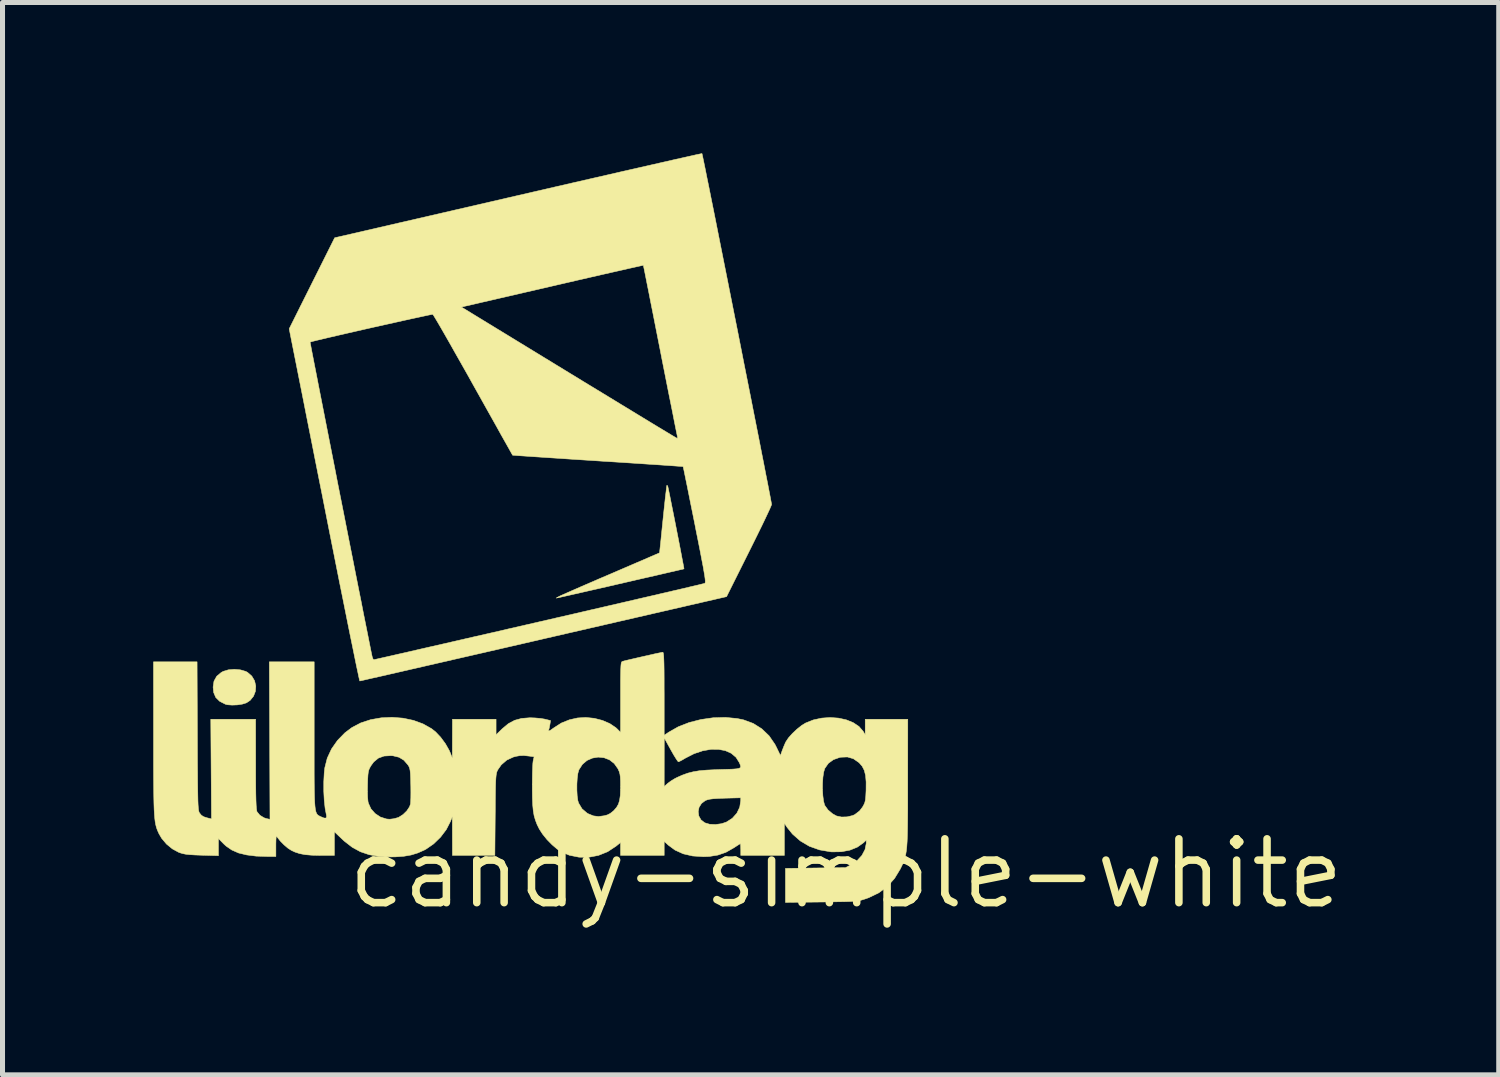
<source format=kicad_pcb>
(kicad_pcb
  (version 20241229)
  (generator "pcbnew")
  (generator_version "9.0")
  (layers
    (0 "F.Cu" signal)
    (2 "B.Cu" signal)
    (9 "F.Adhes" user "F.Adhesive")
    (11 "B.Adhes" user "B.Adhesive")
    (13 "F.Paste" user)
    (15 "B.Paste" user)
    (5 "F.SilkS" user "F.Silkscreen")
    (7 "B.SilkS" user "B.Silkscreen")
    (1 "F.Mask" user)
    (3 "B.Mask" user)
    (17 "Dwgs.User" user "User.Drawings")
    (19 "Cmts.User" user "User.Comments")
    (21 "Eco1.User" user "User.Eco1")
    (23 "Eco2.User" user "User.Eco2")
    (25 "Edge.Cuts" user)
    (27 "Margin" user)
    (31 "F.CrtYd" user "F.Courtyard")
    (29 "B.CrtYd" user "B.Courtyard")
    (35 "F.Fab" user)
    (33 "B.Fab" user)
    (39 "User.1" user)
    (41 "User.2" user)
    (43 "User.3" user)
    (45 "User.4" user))
  (footprint "candy-simple-white"
    (layer "F.Cu")
    (at 13.784 14.33)
    (property "Reference" "candy-simple-white" (at 0 0 0) (layer "F.SilkS") (effects (font (size 1.27 1.27) (thickness 0.15))))
    (attr through_hole)
    (fp_poly (pts (xy -12.05 -4.052) (xy -11.944 -4.021) (xy -11.91 -4.003) (xy -11.824 -3.928) (xy -11.769 -3.835) (xy -11.745 -3.731) (xy -11.752 -3.626) (xy -11.79 -3.528) (xy -11.857 -3.445) (xy -11.931 -3.396) (xy -12.01 -3.371) (xy -12.111 -3.355) (xy -12.216 -3.351) (xy -12.309 -3.358) (xy -12.351 -3.369) (xy -12.464 -3.427) (xy -12.541 -3.503) (xy -12.583 -3.602) (xy -12.594 -3.709) (xy -12.576 -3.828) (xy -12.522 -3.925) (xy -12.431 -4.001) (xy -12.392 -4.022) (xy -12.29 -4.053) (xy -12.171 -4.063) (xy -12.05 -4.052)) (stroke (width 0.01) (type solid)) (fill yes) (layer "F.SilkS"))
    (fp_poly (pts (xy -3.552 -7.715) (xy -3.547 -7.702) (xy -3.541 -7.676) (xy -3.528 -7.615) (xy -3.509 -7.523) (xy -3.486 -7.407) (xy -3.459 -7.272) (xy -3.429 -7.123) (xy -3.398 -6.966) (xy -3.367 -6.807) (xy -3.336 -6.649) (xy -3.307 -6.5) (xy -3.281 -6.364) (xy -3.259 -6.247) (xy -3.241 -6.154) (xy -3.229 -6.091) (xy -3.225 -6.063) (xy -3.225 -6.062) (xy -3.245 -6.056) (xy -3.303 -6.043) (xy -3.393 -6.022) (xy -3.511 -5.995) (xy -3.653 -5.962) (xy -3.815 -5.924) (xy -3.992 -5.884) (xy -4.18 -5.841) (xy -4.374 -5.796) (xy -4.57 -5.751) (xy -4.764 -5.706) (xy -4.952 -5.663) (xy -5.129 -5.623) (xy -5.29 -5.586) (xy -5.432 -5.554) (xy -5.55 -5.527) (xy -5.64 -5.507) (xy -5.696 -5.494) (xy -5.715 -5.49) (xy -5.768 -5.48) (xy -5.715 -5.511) (xy -5.686 -5.525) (xy -5.621 -5.554) (xy -5.526 -5.596) (xy -5.403 -5.65) (xy -5.257 -5.714) (xy -5.093 -5.785) (xy -4.913 -5.863) (xy -4.721 -5.945) (xy -4.688 -5.959) (xy -4.498 -6.041) (xy -4.319 -6.118) (xy -4.157 -6.188) (xy -4.014 -6.249) (xy -3.895 -6.301) (xy -3.802 -6.341) (xy -3.741 -6.367) (xy -3.713 -6.379) (xy -3.712 -6.38) (xy -3.709 -6.4) (xy -3.703 -6.458) (xy -3.693 -6.548) (xy -3.681 -6.665) (xy -3.667 -6.804) (xy -3.651 -6.96) (xy -3.642 -7.048) (xy -3.625 -7.212) (xy -3.609 -7.361) (xy -3.595 -7.491) (xy -3.582 -7.597) (xy -3.573 -7.674) (xy -3.567 -7.717) (xy -3.565 -7.724) (xy -3.552 -7.715)) (stroke (width 0.01) (type solid)) (fill yes) (layer "F.SilkS"))
    (fp_poly (pts (xy -2.862 -14.304) (xy -2.849 -14.243) (xy -2.829 -14.147) (xy -2.802 -14.016) (xy -2.77 -13.855) (xy -2.731 -13.665) (xy -2.688 -13.449) (xy -2.64 -13.211) (xy -2.588 -12.951) (xy -2.533 -12.674) (xy -2.475 -12.382) (xy -2.414 -12.076) (xy -2.351 -11.761) (xy -2.287 -11.438) (xy -2.222 -11.111) (xy -2.156 -10.781) (xy -2.091 -10.451) (xy -2.027 -10.125) (xy -1.963 -9.804) (xy -1.901 -9.492) (xy -1.842 -9.191) (xy -1.785 -8.903) (xy -1.731 -8.631) (xy -1.682 -8.378) (xy -1.636 -8.146) (xy -1.596 -7.939) (xy -1.56 -7.758) (xy -1.531 -7.606) (xy -1.508 -7.487) (xy -1.492 -7.401) (xy -1.483 -7.353) (xy -1.482 -7.343) (xy -1.491 -7.317) (xy -1.517 -7.256) (xy -1.559 -7.166) (xy -1.614 -7.049) (xy -1.681 -6.91) (xy -1.758 -6.753) (xy -1.843 -6.581) (xy -1.93 -6.406) (xy -2.378 -5.509) (xy -6.02 -4.67) (xy -6.405 -4.581) (xy -6.778 -4.495) (xy -7.139 -4.412) (xy -7.483 -4.333) (xy -7.811 -4.258) (xy -8.119 -4.187) (xy -8.406 -4.121) (xy -8.668 -4.061) (xy -8.906 -4.006) (xy -9.115 -3.958) (xy -9.294 -3.917) (xy -9.442 -3.884) (xy -9.555 -3.858) (xy -9.632 -3.84) (xy -9.671 -3.832) (xy -9.676 -3.831) (xy -9.681 -3.851) (xy -9.695 -3.911) (xy -9.715 -4.007) (xy -9.743 -4.137) (xy -9.776 -4.299) (xy -9.815 -4.491) (xy -9.86 -4.709) (xy -9.909 -4.951) (xy -9.962 -5.216) (xy -10.019 -5.5) (xy -10.08 -5.801) (xy -10.143 -6.117) (xy -10.208 -6.445) (xy -10.222 -6.514) (xy -10.291 -6.862) (xy -10.36 -7.211) (xy -10.428 -7.556) (xy -10.496 -7.895) (xy -10.561 -8.222) (xy -10.623 -8.536) (xy -10.682 -8.832) (xy -10.737 -9.108) (xy -10.786 -9.358) (xy -10.83 -9.58) (xy -10.868 -9.771) (xy -10.899 -9.926) (xy -10.917 -10.017) (xy -11.028 -10.574) (xy -10.664 -10.574) (xy -10.66 -10.553) (xy -10.649 -10.493) (xy -10.631 -10.397) (xy -10.606 -10.269) (xy -10.575 -10.109) (xy -10.538 -9.922) (xy -10.497 -9.71) (xy -10.451 -9.476) (xy -10.401 -9.222) (xy -10.348 -8.952) (xy -10.292 -8.668) (xy -10.234 -8.372) (xy -10.174 -8.069) (xy -10.114 -7.759) (xy -10.052 -7.447) (xy -9.99 -7.135) (xy -9.929 -6.825) (xy -9.869 -6.521) (xy -9.81 -6.225) (xy -9.754 -5.94) (xy -9.7 -5.668) (xy -9.649 -5.414) (xy -9.603 -5.178) (xy -9.56 -4.964) (xy -9.522 -4.775) (xy -9.49 -4.614) (xy -9.464 -4.483) (xy -9.444 -4.385) (xy -9.431 -4.323) (xy -9.426 -4.302) (xy -9.41 -4.265) (xy -9.395 -4.255) (xy -9.372 -4.259) (xy -9.311 -4.273) (xy -9.213 -4.295) (xy -9.08 -4.325) (xy -8.914 -4.363) (xy -8.719 -4.407) (xy -8.495 -4.459) (xy -8.246 -4.516) (xy -7.973 -4.578) (xy -7.679 -4.646) (xy -7.366 -4.718) (xy -7.035 -4.793) (xy -6.691 -4.873) (xy -6.333 -4.955) (xy -6.111 -5.006) (xy -5.747 -5.09) (xy -5.394 -5.171) (xy -5.054 -5.25) (xy -4.729 -5.325) (xy -4.422 -5.396) (xy -4.135 -5.463) (xy -3.87 -5.524) (xy -3.63 -5.58) (xy -3.416 -5.63) (xy -3.23 -5.673) (xy -3.076 -5.71) (xy -2.955 -5.738) (xy -2.87 -5.759) (xy -2.822 -5.771) (xy -2.812 -5.773) (xy -2.806 -5.78) (xy -2.802 -5.796) (xy -2.801 -5.823) (xy -2.805 -5.865) (xy -2.813 -5.925) (xy -2.827 -6.006) (xy -2.845 -6.112) (xy -2.871 -6.245) (xy -2.902 -6.409) (xy -2.941 -6.607) (xy -2.988 -6.841) (xy -3.007 -6.94) (xy -3.05 -7.154) (xy -3.091 -7.356) (xy -3.128 -7.541) (xy -3.161 -7.706) (xy -3.19 -7.847) (xy -3.213 -7.96) (xy -3.23 -8.041) (xy -3.24 -8.087) (xy -3.243 -8.097) (xy -3.264 -8.099) (xy -3.325 -8.103) (xy -3.422 -8.11) (xy -3.551 -8.119) (xy -3.71 -8.13) (xy -3.895 -8.142) (xy -4.103 -8.156) (xy -4.332 -8.171) (xy -4.577 -8.187) (xy -4.836 -8.203) (xy -4.941 -8.21) (xy -5.204 -8.227) (xy -5.455 -8.243) (xy -5.69 -8.259) (xy -5.906 -8.273) (xy -6.101 -8.286) (xy -6.27 -8.297) (xy -6.411 -8.307) (xy -6.52 -8.314) (xy -6.595 -8.32) (xy -6.632 -8.323) (xy -6.636 -8.324) (xy -6.646 -8.343) (xy -6.676 -8.396) (xy -6.723 -8.48) (xy -6.786 -8.592) (xy -6.864 -8.73) (xy -6.953 -8.891) (xy -7.054 -9.071) (xy -7.165 -9.269) (xy -7.283 -9.48) (xy -7.408 -9.703) (xy -7.419 -9.723) (xy -7.544 -9.947) (xy -7.664 -10.159) (xy -7.777 -10.358) (xy -7.88 -10.541) (xy -7.973 -10.704) (xy -8.054 -10.845) (xy -8.121 -10.96) (xy -8.173 -11.047) (xy -8.207 -11.103) (xy -8.223 -11.126) (xy -8.223 -11.126) (xy -8.246 -11.123) (xy -8.306 -11.111) (xy -8.399 -11.091) (xy -8.519 -11.065) (xy -8.663 -11.034) (xy -8.826 -10.998) (xy -9.004 -10.958) (xy -9.192 -10.916) (xy -9.386 -10.873) (xy -9.58 -10.829) (xy -9.772 -10.785) (xy -9.956 -10.743) (xy -10.129 -10.703) (xy -10.284 -10.667) (xy -10.419 -10.635) (xy -10.529 -10.609) (xy -10.609 -10.589) (xy -10.654 -10.577) (xy -10.664 -10.574) (xy -11.028 -10.574) (xy -11.08 -10.838) (xy -10.864 -11.271) (xy -7.654 -11.271) (xy -5.515 -9.965) (xy -5.24 -9.797) (xy -4.975 -9.636) (xy -4.722 -9.482) (xy -4.484 -9.337) (xy -4.262 -9.202) (xy -4.06 -9.079) (xy -3.879 -8.969) (xy -3.721 -8.873) (xy -3.589 -8.794) (xy -3.485 -8.731) (xy -3.411 -8.687) (xy -3.369 -8.663) (xy -3.361 -8.658) (xy -3.352 -8.673) (xy -3.354 -8.684) (xy -3.359 -8.708) (xy -3.372 -8.771) (xy -3.392 -8.869) (xy -3.418 -8.999) (xy -3.449 -9.158) (xy -3.486 -9.343) (xy -3.528 -9.551) (xy -3.573 -9.778) (xy -3.621 -10.021) (xy -3.672 -10.278) (xy -3.696 -10.403) (xy -3.748 -10.665) (xy -3.797 -10.914) (xy -3.843 -11.148) (xy -3.886 -11.363) (xy -3.924 -11.557) (xy -3.958 -11.726) (xy -3.986 -11.868) (xy -4.008 -11.979) (xy -4.024 -12.056) (xy -4.032 -12.096) (xy -4.033 -12.102) (xy -4.053 -12.098) (xy -4.112 -12.085) (xy -4.206 -12.064) (xy -4.333 -12.036) (xy -4.489 -12) (xy -4.671 -11.959) (xy -4.877 -11.912) (xy -5.104 -11.86) (xy -5.348 -11.804) (xy -5.606 -11.744) (xy -5.845 -11.689) (xy -7.654 -11.271) (xy -10.864 -11.271) (xy -10.628 -11.743) (xy -10.175 -12.649) (xy -6.525 -13.491) (xy -6.14 -13.58) (xy -5.767 -13.666) (xy -5.406 -13.749) (xy -5.061 -13.828) (xy -4.733 -13.903) (xy -4.425 -13.974) (xy -4.138 -14.039) (xy -3.875 -14.099) (xy -3.638 -14.153) (xy -3.429 -14.201) (xy -3.249 -14.241) (xy -3.102 -14.274) (xy -2.988 -14.3) (xy -2.911 -14.316) (xy -2.871 -14.324) (xy -2.867 -14.325) (xy -2.862 -14.304)) (stroke (width 0.01) (type solid)) (fill yes) (layer "F.SilkS"))
    (fp_poly (pts (xy -3.64 -4.396) (xy -3.634 -4.372) (xy -3.629 -4.328) (xy -3.626 -4.261) (xy -3.623 -4.167) (xy -3.621 -4.042) (xy -3.62 -3.884) (xy -3.62 -3.689) (xy -3.619 -3.576) (xy -3.619 -2.75) (xy -3.53 -2.811) (xy -3.34 -2.919) (xy -3.123 -3.004) (xy -2.888 -3.064) (xy -2.644 -3.099) (xy -2.401 -3.106) (xy -2.169 -3.084) (xy -2.039 -3.057) (xy -1.847 -2.986) (xy -1.677 -2.879) (xy -1.532 -2.74) (xy -1.415 -2.57) (xy -1.383 -2.507) (xy -1.306 -2.347) (xy -1.27 -2.449) (xy -1.24 -2.526) (xy -1.208 -2.601) (xy -1.196 -2.624) (xy -1.145 -2.7) (xy -1.068 -2.786) (xy -0.978 -2.871) (xy -0.885 -2.945) (xy -0.806 -2.994) (xy -0.651 -3.056) (xy -0.485 -3.092) (xy -0.317 -3.104) (xy -0.151 -3.092) (xy 0.004 -3.058) (xy 0.142 -3.002) (xy 0.256 -2.926) (xy 0.339 -2.831) (xy 0.34 -2.829) (xy 0.381 -2.762) (xy 0.381 -2.916) (xy 0.381 -3.069) (xy 1.228 -3.069) (xy 1.227 -1.815) (xy 1.227 -1.534) (xy 1.227 -1.293) (xy 1.225 -1.086) (xy 1.223 -0.91) (xy 1.22 -0.763) (xy 1.215 -0.64) (xy 1.208 -0.537) (xy 1.199 -0.452) (xy 1.187 -0.38) (xy 1.173 -0.318) (xy 1.156 -0.262) (xy 1.135 -0.208) (xy 1.11 -0.154) (xy 1.081 -0.095) (xy 1.081 -0.094) (xy 0.965 0.097) (xy 0.823 0.256) (xy 0.653 0.383) (xy 0.453 0.48) (xy 0.392 0.502) (xy 0.345 0.517) (xy 0.302 0.53) (xy 0.259 0.539) (xy 0.21 0.547) (xy 0.149 0.552) (xy 0.071 0.557) (xy -0.028 0.56) (xy -0.155 0.562) (xy -0.314 0.565) (xy -0.492 0.567) (xy -1.206 0.575) (xy -1.206 -0.102) (xy -0.609 -0.11) (xy -0.011 -0.117) (xy 0.097 -0.173) (xy 0.22 -0.257) (xy 0.315 -0.36) (xy 0.377 -0.477) (xy 0.402 -0.601) (xy 0.402 -0.613) (xy 0.402 -0.664) (xy 0.344 -0.61) (xy 0.224 -0.525) (xy 0.076 -0.465) (xy -0.095 -0.433) (xy -0.281 -0.43) (xy -0.306 -0.432) (xy -0.527 -0.47) (xy -0.73 -0.542) (xy -0.911 -0.649) (xy -1.067 -0.786) (xy -1.173 -0.918) (xy -1.228 -1.001) (xy -1.228 -0.36) (xy -2.095 -0.36) (xy -2.095 -0.476) (xy -2.097 -0.54) (xy -2.1 -0.582) (xy -2.104 -0.593) (xy -2.124 -0.582) (xy -2.17 -0.553) (xy -2.231 -0.513) (xy -2.236 -0.51) (xy -2.391 -0.422) (xy -2.55 -0.367) (xy -2.725 -0.339) (xy -2.838 -0.335) (xy -3.053 -0.349) (xy -3.24 -0.392) (xy -3.403 -0.466) (xy -3.536 -0.564) (xy -3.619 -0.64) (xy -3.619 -0.36) (xy -4.487 -0.36) (xy -4.487 -0.617) (xy -4.577 -0.544) (xy -4.744 -0.434) (xy -4.926 -0.361) (xy -5.118 -0.324) (xy -5.313 -0.325) (xy -5.503 -0.363) (xy -5.652 -0.424) (xy -5.747 -0.485) (xy -5.85 -0.573) (xy -5.951 -0.676) (xy -6.039 -0.785) (xy -6.104 -0.886) (xy -6.148 -0.975) (xy -6.181 -1.061) (xy -6.207 -1.15) (xy -6.224 -1.249) (xy -6.235 -1.367) (xy -6.241 -1.51) (xy -6.243 -1.658) (xy -5.356 -1.658) (xy -5.35 -1.545) (xy -5.337 -1.451) (xy -5.322 -1.402) (xy -5.254 -1.288) (xy -5.156 -1.204) (xy -5.133 -1.19) (xy -5.028 -1.147) (xy -4.926 -1.134) (xy -4.813 -1.149) (xy -4.75 -1.166) (xy -4.694 -1.194) (xy -4.646 -1.231) (xy -2.942 -1.231) (xy -2.93 -1.145) (xy -2.887 -1.068) (xy -2.813 -1.01) (xy -2.811 -1.009) (xy -2.714 -0.98) (xy -2.598 -0.975) (xy -2.478 -0.991) (xy -2.38 -1.024) (xy -2.263 -1.099) (xy -2.173 -1.2) (xy -2.116 -1.319) (xy -2.096 -1.447) (xy -2.095 -1.507) (xy -2.408 -1.499) (xy -2.541 -1.494) (xy -2.639 -1.488) (xy -2.711 -1.479) (xy -2.763 -1.466) (xy -2.8 -1.452) (xy -2.877 -1.394) (xy -2.925 -1.317) (xy -2.942 -1.231) (xy -4.646 -1.231) (xy -4.634 -1.24) (xy -4.619 -1.255) (xy -4.566 -1.316) (xy -4.529 -1.381) (xy -4.506 -1.458) (xy -4.492 -1.556) (xy -4.488 -1.669) (xy -0.469 -1.669) (xy -0.462 -1.549) (xy -0.449 -1.445) (xy -0.429 -1.368) (xy -0.424 -1.355) (xy -0.359 -1.265) (xy -0.268 -1.188) (xy -0.19 -1.145) (xy -0.092 -1.124) (xy 0.021 -1.127) (xy 0.129 -1.153) (xy 0.171 -1.171) (xy 0.268 -1.245) (xy 0.327 -1.321) (xy 0.354 -1.369) (xy 0.373 -1.413) (xy 0.385 -1.465) (xy 0.392 -1.536) (xy 0.397 -1.635) (xy 0.398 -1.66) (xy 0.399 -1.823) (xy 0.388 -1.952) (xy 0.362 -2.054) (xy 0.32 -2.135) (xy 0.26 -2.204) (xy 0.255 -2.208) (xy 0.146 -2.284) (xy 0.027 -2.319) (xy -0.105 -2.314) (xy -0.124 -2.311) (xy -0.251 -2.266) (xy -0.352 -2.193) (xy -0.422 -2.093) (xy -0.425 -2.087) (xy -0.446 -2.015) (xy -0.461 -1.913) (xy -0.468 -1.794) (xy -0.469 -1.669) (xy -4.488 -1.669) (xy -4.488 -1.684) (xy -4.487 -1.731) (xy -4.487 -1.731) (xy -3.619 -1.731) (xy -3.548 -1.794) (xy -3.486 -1.84) (xy -3.408 -1.888) (xy -3.361 -1.912) (xy -3.252 -1.96) (xy -3.149 -1.997) (xy -3.042 -2.024) (xy -2.923 -2.044) (xy -2.783 -2.057) (xy -2.614 -2.065) (xy -2.514 -2.069) (xy -2.366 -2.073) (xy -2.256 -2.077) (xy -2.179 -2.083) (xy -2.13 -2.092) (xy -2.104 -2.107) (xy -2.097 -2.129) (xy -2.104 -2.159) (xy -2.121 -2.2) (xy -2.124 -2.207) (xy -2.19 -2.312) (xy -2.284 -2.392) (xy -2.403 -2.445) (xy -2.541 -2.471) (xy -2.694 -2.47) (xy -2.856 -2.441) (xy -3.023 -2.385) (xy -3.19 -2.3) (xy -3.199 -2.295) (xy -3.262 -2.258) (xy -3.312 -2.232) (xy -3.337 -2.223) (xy -3.353 -2.24) (xy -3.385 -2.288) (xy -3.429 -2.359) (xy -3.479 -2.447) (xy -3.487 -2.461) (xy -3.618 -2.699) (xy -3.619 -1.731) (xy -4.487 -1.731) (xy -4.488 -1.842) (xy -4.492 -1.922) (xy -4.5 -1.98) (xy -4.514 -2.029) (xy -4.536 -2.078) (xy -4.54 -2.086) (xy -4.613 -2.189) (xy -4.707 -2.262) (xy -4.816 -2.304) (xy -4.931 -2.316) (xy -5.046 -2.297) (xy -5.154 -2.25) (xy -5.246 -2.172) (xy -5.315 -2.065) (xy -5.316 -2.064) (xy -5.336 -1.994) (xy -5.349 -1.895) (xy -5.356 -1.779) (xy -5.356 -1.658) (xy -6.243 -1.658) (xy -6.243 -1.686) (xy -6.243 -1.736) (xy -6.242 -1.872) (xy -6.24 -1.999) (xy -6.236 -2.108) (xy -6.232 -2.192) (xy -6.226 -2.242) (xy -6.225 -2.246) (xy -6.207 -2.323) (xy -6.303 -2.336) (xy -6.405 -2.347) (xy -6.486 -2.346) (xy -6.566 -2.332) (xy -6.622 -2.317) (xy -6.751 -2.257) (xy -6.86 -2.163) (xy -6.928 -2.066) (xy -6.94 -2.042) (xy -6.95 -2.018) (xy -6.957 -1.988) (xy -6.963 -1.948) (xy -6.968 -1.893) (xy -6.972 -1.82) (xy -6.975 -1.724) (xy -6.977 -1.6) (xy -6.979 -1.445) (xy -6.98 -1.253) (xy -6.981 -1.169) (xy -6.988 -0.36) (xy -7.832 -0.36) (xy -7.833 -0.746) (xy -7.834 -1.132) (xy -7.872 -1.035) (xy -7.954 -0.875) (xy -8.069 -0.723) (xy -8.206 -0.59) (xy -8.356 -0.486) (xy -8.387 -0.469) (xy -8.522 -0.409) (xy -8.656 -0.368) (xy -8.801 -0.343) (xy -8.97 -0.331) (xy -9.059 -0.33) (xy -9.288 -0.34) (xy -9.488 -0.374) (xy -9.665 -0.434) (xy -9.827 -0.523) (xy -9.983 -0.644) (xy -10.025 -0.683) (xy -10.181 -0.831) (xy -10.181 -0.36) (xy -10.462 -0.36) (xy -10.627 -0.364) (xy -10.76 -0.375) (xy -10.871 -0.396) (xy -10.968 -0.428) (xy -11.038 -0.461) (xy -11.107 -0.506) (xy -11.184 -0.572) (xy -11.256 -0.645) (xy -11.31 -0.713) (xy -11.321 -0.73) (xy -11.331 -0.741) (xy -11.339 -0.724) (xy -11.343 -0.676) (xy -11.345 -0.59) (xy -11.345 -0.556) (xy -11.345 -0.339) (xy -11.509 -0.339) (xy -11.736 -0.346) (xy -11.927 -0.37) (xy -12.088 -0.409) (xy -12.222 -0.468) (xy -12.334 -0.545) (xy -12.377 -0.584) (xy -12.488 -0.696) (xy -12.488 -0.355) (xy -12.822 -0.364) (xy -12.956 -0.369) (xy -13.056 -0.375) (xy -13.133 -0.383) (xy -13.194 -0.395) (xy -13.249 -0.411) (xy -13.281 -0.423) (xy -13.404 -0.49) (xy -13.521 -0.586) (xy -13.618 -0.701) (xy -13.671 -0.792) (xy -13.691 -0.836) (xy -13.708 -0.877) (xy -13.723 -0.921) (xy -13.735 -0.969) (xy -13.746 -1.025) (xy -13.754 -1.092) (xy -13.761 -1.173) (xy -13.767 -1.272) (xy -13.771 -1.391) (xy -13.774 -1.534) (xy -13.776 -1.703) (xy -13.778 -1.903) (xy -13.779 -2.135) (xy -13.779 -2.404) (xy -13.779 -2.693) (xy -13.78 -4.212) (xy -12.913 -4.212) (xy -12.907 -2.736) (xy -12.906 -2.449) (xy -12.905 -2.202) (xy -12.903 -1.991) (xy -12.902 -1.813) (xy -12.9 -1.665) (xy -12.898 -1.545) (xy -12.896 -1.449) (xy -12.893 -1.374) (xy -12.889 -1.317) (xy -12.885 -1.275) (xy -12.88 -1.245) (xy -12.874 -1.224) (xy -12.867 -1.209) (xy -12.863 -1.203) (xy -12.827 -1.159) (xy -12.782 -1.13) (xy -12.714 -1.108) (xy -12.689 -1.102) (xy -12.626 -1.086) (xy -12.64 -3.069) (xy -11.748 -3.069) (xy -11.747 -2.175) (xy -11.747 -1.938) (xy -11.746 -1.741) (xy -11.744 -1.581) (xy -11.741 -1.454) (xy -11.737 -1.358) (xy -11.732 -1.291) (xy -11.726 -1.248) (xy -11.721 -1.23) (xy -11.664 -1.16) (xy -11.582 -1.109) (xy -11.525 -1.091) (xy -11.462 -1.078) (xy -11.468 -2.645) (xy -11.475 -4.212) (xy -10.583 -4.212) (xy -10.583 -2.751) (xy -10.583 -2.457) (xy -10.583 -2.203) (xy -10.583 -1.986) (xy -10.582 -1.802) (xy -10.58 -1.648) (xy -10.577 -1.522) (xy -10.573 -1.421) (xy -10.567 -1.341) (xy -10.56 -1.28) (xy -10.55 -1.234) (xy -10.538 -1.201) (xy -10.524 -1.178) (xy -10.508 -1.161) (xy -10.488 -1.149) (xy -10.465 -1.137) (xy -10.457 -1.133) (xy -10.387 -1.104) (xy -10.347 -1.104) (xy -10.335 -1.134) (xy -10.339 -1.159) (xy -10.365 -1.296) (xy -10.383 -1.461) (xy -10.392 -1.635) (xy -9.523 -1.635) (xy -9.52 -1.52) (xy -9.512 -1.434) (xy -9.505 -1.402) (xy -9.454 -1.288) (xy -9.37 -1.193) (xy -9.264 -1.123) (xy -9.143 -1.085) (xy -9.081 -1.08) (xy -8.998 -1.09) (xy -8.915 -1.113) (xy -8.9 -1.119) (xy -8.815 -1.173) (xy -8.74 -1.246) (xy -8.686 -1.327) (xy -8.667 -1.382) (xy -8.663 -1.428) (xy -8.66 -1.507) (xy -8.659 -1.608) (xy -8.66 -1.724) (xy -8.661 -1.77) (xy -8.664 -1.894) (xy -8.668 -1.984) (xy -8.674 -2.047) (xy -8.683 -2.092) (xy -8.696 -2.126) (xy -8.715 -2.157) (xy -8.719 -2.163) (xy -8.799 -2.255) (xy -8.894 -2.313) (xy -9.013 -2.342) (xy -9.057 -2.345) (xy -9.194 -2.337) (xy -9.306 -2.296) (xy -9.398 -2.22) (xy -9.45 -2.149) (xy -9.476 -2.105) (xy -9.494 -2.065) (xy -9.506 -2.02) (xy -9.513 -1.96) (xy -9.518 -1.875) (xy -9.521 -1.77) (xy -9.523 -1.635) (xy -10.392 -1.635) (xy -10.392 -1.643) (xy -10.392 -1.827) (xy -10.383 -2.002) (xy -10.371 -2.106) (xy -10.323 -2.295) (xy -10.238 -2.478) (xy -10.119 -2.648) (xy -9.971 -2.8) (xy -9.834 -2.903) (xy -9.657 -2.996) (xy -9.459 -3.061) (xy -9.248 -3.098) (xy -9.032 -3.108) (xy -8.816 -3.091) (xy -8.608 -3.047) (xy -8.417 -2.977) (xy -8.248 -2.882) (xy -8.167 -2.818) (xy -8.067 -2.712) (xy -7.972 -2.583) (xy -7.896 -2.449) (xy -7.872 -2.394) (xy -7.834 -2.297) (xy -7.833 -2.683) (xy -7.832 -3.069) (xy -6.964 -3.069) (xy -6.964 -2.76) (xy -6.841 -2.88) (xy -6.72 -2.981) (xy -6.595 -3.048) (xy -6.456 -3.086) (xy -6.291 -3.099) (xy -6.287 -3.099) (xy -6.185 -3.095) (xy -6.084 -3.086) (xy -6.002 -3.073) (xy -5.993 -3.071) (xy -5.88 -3.043) (xy -5.893 -2.963) (xy -5.905 -2.9) (xy -5.918 -2.85) (xy -5.92 -2.845) (xy -5.913 -2.836) (xy -5.878 -2.853) (xy -5.819 -2.895) (xy -5.665 -2.994) (xy -5.503 -3.059) (xy -5.343 -3.095) (xy -5.179 -3.105) (xy -5.01 -3.088) (xy -4.847 -3.046) (xy -4.701 -2.983) (xy -4.581 -2.902) (xy -4.556 -2.879) (xy -4.487 -2.81) (xy -4.487 -3.51) (xy -4.487 -3.701) (xy -4.487 -3.854) (xy -4.485 -3.973) (xy -4.483 -4.063) (xy -4.48 -4.128) (xy -4.476 -4.171) (xy -4.47 -4.198) (xy -4.462 -4.213) (xy -4.452 -4.219) (xy -4.45 -4.22) (xy -4.406 -4.232) (xy -4.332 -4.25) (xy -4.237 -4.272) (xy -4.129 -4.297) (xy -4.015 -4.323) (xy -3.904 -4.348) (xy -3.804 -4.371) (xy -3.722 -4.388) (xy -3.667 -4.399) (xy -3.647 -4.403) (xy -3.64 -4.396)) (stroke (width 0.01) (type solid)) (fill yes) (layer "F.SilkS")))
  (gr_rect
    (start -3 -3)
    (end 26.77 18.336)
    (stroke (width 0.1) (type default))
    (fill no)
    (layer "Edge.Cuts")))
</source>
